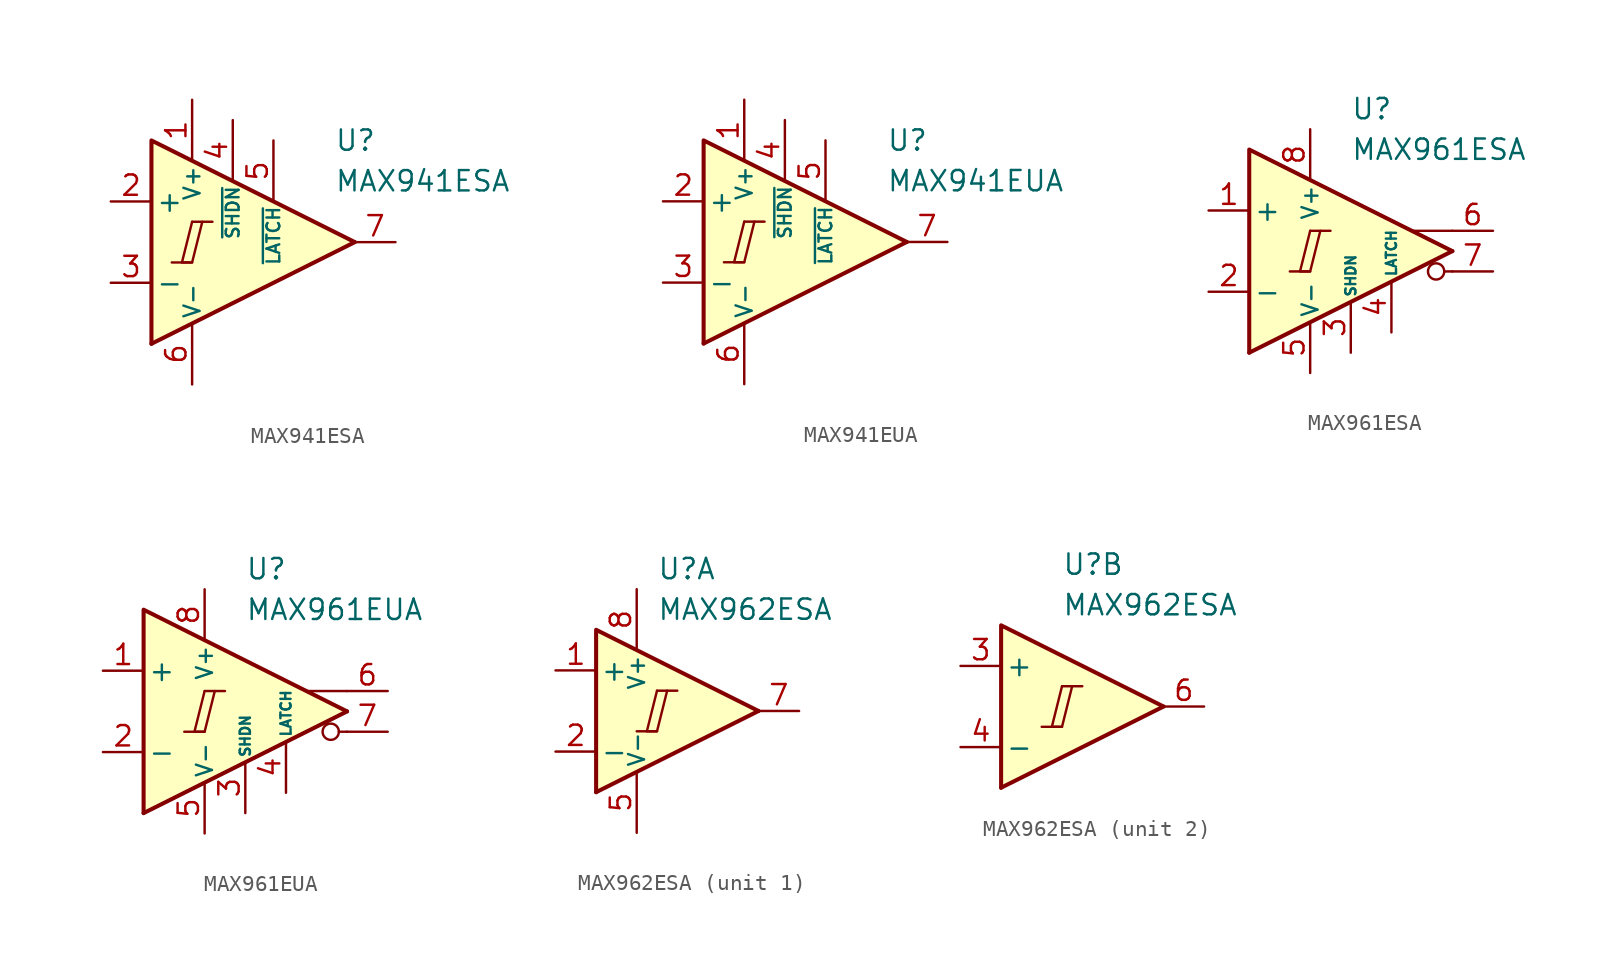
<source format=kicad_sym>
(kicad_symbol_lib
  (version 20231120)
  (generator "kicad_symbol_editor")
  (generator_version "8.0")
  (symbol "MAX941ESA"
    (pin_names
      (offset 0.254))
    (property "Reference" "U"
      (at 6.35 6.35 0)
      (effects (font (size 1.27 1.27)) (justify left)))
    (property "Value" "MAX941ESA"
      (at 6.35 3.81 0)
      (effects (font (size 1.27 1.27)) (justify left)))
    (symbol "MAX941ESA_0_0"
      (polyline (pts (xy -3.81 -1.27) (xy -2.54 -1.27)) (stroke (width 0.152) (type default)) (fill (type none)))
      (polyline (pts (xy -2.54 1.27) (xy -1.27 1.27)) (stroke (width 0.152) (type default)) (fill (type none)))
      (polyline (pts (xy 7.62 0) (xy -5.08 -6.35)) (stroke (width 0.254) (type default)) (fill (type none)))
      (polyline (pts (xy 7.62 0) (xy -5.08 6.35) (xy -5.08 -6.35)) (stroke (width 0.254) (type default)) (fill (type background)))
      (polyline (pts (xy -2.54 1.27) (xy -3.175 -1.27) (xy -2.54 -1.27) (xy -1.905 1.27)) (stroke (width 0.152) (type default)) (fill (type none))))
    (symbol "MAX941ESA_1_1"
      (pin power_in line (at -2.54 8.89 270) (length 3.81) (name "V+" (effects (font (size 1 1)))) (number "1" (effects (font (size 1.27 1.27)))))
      (pin input line (at -7.62 2.54 0) (length 2.54) (name "+" (effects (font (size 1.27 1.27)))) (number "2" (effects (font (size 1.27 1.27)))))
      (pin input line (at -7.62 -2.54 0) (length 2.54) (name "-" (effects (font (size 1.27 1.27)))) (number "3" (effects (font (size 1.27 1.27)))))
      (pin input line (at 0 7.62 270) (length 3.81) (name "~{SHDN}" (effects (font (size 0.8 0.8)))) (number "4" (effects (font (size 1.27 1.27)))))
      (pin input line (at 2.54 6.35 270) (length 3.81) (name "~{LATCH}" (effects (font (size 0.8 0.8)))) (number "5" (effects (font (size 1.27 1.27)))))
      (pin power_in line (at -2.54 -8.89 90) (length 3.81) (name "V-" (effects (font (size 1 1)))) (number "6" (effects (font (size 1.27 1.27)))))
      (pin output line (at 10.16 0 180) (length 2.54) (name "~" (effects (font (size 1.27 1.27)))) (number "7" (effects (font (size 1.27 1.27)))))
      (pin free line (at -1.27 0 180) (length 2.54) hide (name "NC" (effects (font (size 1.27 1.27)))) (number "8" (effects (font (size 1.27 1.27)))))))
  (symbol "MAX941EUA"
    (pin_names
      (offset 0.254))
    (property "Reference" "U"
      (at 6.35 6.35 0)
      (effects (font (size 1.27 1.27)) (justify left)))
    (property "Value" "MAX941EUA"
      (at 6.35 3.81 0)
      (effects (font (size 1.27 1.27)) (justify left)))
    (symbol "MAX941EUA_0_0"
      (polyline (pts (xy -3.81 -1.27) (xy -2.54 -1.27)) (stroke (width 0.152) (type default)) (fill (type none)))
      (polyline (pts (xy -2.54 1.27) (xy -1.27 1.27)) (stroke (width 0.152) (type default)) (fill (type none)))
      (polyline (pts (xy 7.62 0) (xy -5.08 -6.35)) (stroke (width 0.254) (type default)) (fill (type none)))
      (polyline (pts (xy 7.62 0) (xy -5.08 6.35) (xy -5.08 -6.35)) (stroke (width 0.254) (type default)) (fill (type background)))
      (polyline (pts (xy -2.54 1.27) (xy -3.175 -1.27) (xy -2.54 -1.27) (xy -1.905 1.27)) (stroke (width 0.152) (type default)) (fill (type none))))
    (symbol "MAX941EUA_1_1"
      (pin power_in line (at -2.54 8.89 270) (length 3.81) (name "V+" (effects (font (size 1 1)))) (number "1" (effects (font (size 1.27 1.27)))))
      (pin input line (at -7.62 2.54 0) (length 2.54) (name "+" (effects (font (size 1.27 1.27)))) (number "2" (effects (font (size 1.27 1.27)))))
      (pin input line (at -7.62 -2.54 0) (length 2.54) (name "-" (effects (font (size 1.27 1.27)))) (number "3" (effects (font (size 1.27 1.27)))))
      (pin input line (at 0 7.62 270) (length 3.81) (name "~{SHDN}" (effects (font (size 0.8 0.8)))) (number "4" (effects (font (size 1.27 1.27)))))
      (pin input line (at 2.54 6.35 270) (length 3.81) (name "~{LATCH}" (effects (font (size 0.8 0.8)))) (number "5" (effects (font (size 1.27 1.27)))))
      (pin power_in line (at -2.54 -8.89 90) (length 3.81) (name "V-" (effects (font (size 1 1)))) (number "6" (effects (font (size 1.27 1.27)))))
      (pin output line (at 10.16 0 180) (length 2.54) (name "~" (effects (font (size 1.27 1.27)))) (number "7" (effects (font (size 1.27 1.27)))))
      (pin free line (at -1.27 0 180) (length 2.54) hide (name "NC" (effects (font (size 1.27 1.27)))) (number "8" (effects (font (size 1.27 1.27)))))))
  (symbol "MAX961ESA"
    (pin_names
      (offset 0.254))
    (property "Reference" "U"
      (at 0 8.89 0)
      (effects (font (size 1.27 1.27)) (justify left)))
    (property "Value" "MAX961ESA"
      (at 0 6.35 0)
      (effects (font (size 1.27 1.27)) (justify left)))
    (symbol "MAX961ESA_0_0"
      (polyline (pts (xy -3.81 -1.27) (xy -2.54 -1.27)) (stroke (width 0.152) (type default)) (fill (type none)))
      (polyline (pts (xy -2.54 1.27) (xy -1.27 1.27)) (stroke (width 0.152) (type default)) (fill (type none)))
      (polyline (pts (xy 6.35 -1.27) (xy 5.842 -1.27)) (stroke (width 0.152) (type default)) (fill (type none)))
      (polyline (pts (xy 6.35 0) (xy -6.35 -6.35)) (stroke (width 0.254) (type default)) (fill (type none)))
      (polyline (pts (xy 6.35 1.27) (xy 3.81 1.27)) (stroke (width 0.152) (type default)) (fill (type none)))
      (polyline (pts (xy 6.35 0) (xy -6.35 6.35) (xy -6.35 -6.35)) (stroke (width 0.254) (type default)) (fill (type background)))
      (polyline (pts (xy -2.54 1.27) (xy -3.175 -1.27) (xy -2.54 -1.27) (xy -1.905 1.27)) (stroke (width 0.152) (type default)) (fill (type none)))
      (circle (center 5.334 -1.27) (radius 0.508) (stroke (width 0.152) (type default)) (fill (type none))))
    (symbol "MAX961ESA_1_1"
      (pin input line (at -8.89 2.54 0) (length 2.54) (name "+" (effects (font (size 1.27 1.27)))) (number "1" (effects (font (size 1.27 1.27)))))
      (pin input line (at -8.89 -2.54 0) (length 2.54) (name "-" (effects (font (size 1.27 1.27)))) (number "2" (effects (font (size 1.27 1.27)))))
      (pin input line (at 0 -6.35 90) (length 3.18) (name "SHDN" (effects (font (size 0.635 0.635)))) (number "3" (effects (font (size 1.27 1.27)))))
      (pin input line (at 2.54 -5.08 90) (length 3.18) (name "LATCH" (effects (font (size 0.635 0.635)))) (number "4" (effects (font (size 1.27 1.27)))))
      (pin power_in line (at -2.54 -7.62 90) (length 3.18) (name "V-" (effects (font (size 1 1)))) (number "5" (effects (font (size 1.27 1.27)))))
      (pin output line (at 8.89 1.27 180) (length 2.54) (name "~" (effects (font (size 1.27 1.27)))) (number "6" (effects (font (size 1.27 1.27)))))
      (pin output line (at 8.89 -1.27 180) (length 2.54) (name "~" (effects (font (size 1.27 1.27)))) (number "7" (effects (font (size 1.27 1.27)))))
      (pin power_in line (at -2.54 7.62 270) (length 3.18) (name "V+" (effects (font (size 1 1)))) (number "8" (effects (font (size 1.27 1.27)))))))
  (symbol "MAX961EUA"
    (pin_names
      (offset 0.254))
    (property "Reference" "U"
      (at 0 8.89 0)
      (effects (font (size 1.27 1.27)) (justify left)))
    (property "Value" "MAX961EUA"
      (at 0 6.35 0)
      (effects (font (size 1.27 1.27)) (justify left)))
    (symbol "MAX961EUA_0_0"
      (polyline (pts (xy -3.81 -1.27) (xy -2.54 -1.27)) (stroke (width 0.152) (type default)) (fill (type none)))
      (polyline (pts (xy -2.54 1.27) (xy -1.27 1.27)) (stroke (width 0.152) (type default)) (fill (type none)))
      (polyline (pts (xy 6.35 -1.27) (xy 5.842 -1.27)) (stroke (width 0.152) (type default)) (fill (type none)))
      (polyline (pts (xy 6.35 0) (xy -6.35 -6.35)) (stroke (width 0.254) (type default)) (fill (type none)))
      (polyline (pts (xy 6.35 1.27) (xy 3.81 1.27)) (stroke (width 0.152) (type default)) (fill (type none)))
      (polyline (pts (xy 6.35 0) (xy -6.35 6.35) (xy -6.35 -6.35)) (stroke (width 0.254) (type default)) (fill (type background)))
      (polyline (pts (xy -2.54 1.27) (xy -3.175 -1.27) (xy -2.54 -1.27) (xy -1.905 1.27)) (stroke (width 0.152) (type default)) (fill (type none)))
      (circle (center 5.334 -1.27) (radius 0.508) (stroke (width 0.152) (type default)) (fill (type none))))
    (symbol "MAX961EUA_1_1"
      (pin input line (at -8.89 2.54 0) (length 2.54) (name "+" (effects (font (size 1.27 1.27)))) (number "1" (effects (font (size 1.27 1.27)))))
      (pin input line (at -8.89 -2.54 0) (length 2.54) (name "-" (effects (font (size 1.27 1.27)))) (number "2" (effects (font (size 1.27 1.27)))))
      (pin input line (at 0 -6.35 90) (length 3.18) (name "SHDN" (effects (font (size 0.635 0.635)))) (number "3" (effects (font (size 1.27 1.27)))))
      (pin input line (at 2.54 -5.08 90) (length 3.18) (name "LATCH" (effects (font (size 0.635 0.635)))) (number "4" (effects (font (size 1.27 1.27)))))
      (pin power_in line (at -2.54 -7.62 90) (length 3.18) (name "V-" (effects (font (size 1 1)))) (number "5" (effects (font (size 1.27 1.27)))))
      (pin output line (at 8.89 1.27 180) (length 2.54) (name "~" (effects (font (size 1.27 1.27)))) (number "6" (effects (font (size 1.27 1.27)))))
      (pin output line (at 8.89 -1.27 180) (length 2.54) (name "~" (effects (font (size 1.27 1.27)))) (number "7" (effects (font (size 1.27 1.27)))))
      (pin power_in line (at -2.54 7.62 270) (length 3.18) (name "V+" (effects (font (size 1 1)))) (number "8" (effects (font (size 1.27 1.27)))))))
  (symbol "MAX962ESA"
    (pin_names
      (offset 0.254))
    (property "Reference" "U"
      (at 0 8.89 0)
      (effects (font (size 1.27 1.27)) (justify left)))
    (property "Value" "MAX962ESA"
      (at 0 6.35 0)
      (effects (font (size 1.27 1.27)) (justify left)))
    (property "ki_locked" ""
      (at 0 0 0)
      (effects (font (size 1.27 1.27))))
    (symbol "MAX962ESA_0_0"
      (polyline (pts (xy -1.27 -1.27) (xy 0 -1.27)) (stroke (width 0.152) (type default)) (fill (type none)))
      (polyline (pts (xy 0 1.27) (xy 1.27 1.27)) (stroke (width 0.152) (type default)) (fill (type none)))
      (polyline (pts (xy 6.35 0) (xy -3.81 -5.08)) (stroke (width 0.254) (type default)) (fill (type none)))
      (polyline (pts (xy 6.35 0) (xy -3.81 5.08) (xy -3.81 -5.08)) (stroke (width 0.254) (type default)) (fill (type background)))
      (polyline (pts (xy 0 1.27) (xy -0.635 -1.27) (xy 0 -1.27) (xy 0.635 1.27)) (stroke (width 0.152) (type default)) (fill (type none))))
    (symbol "MAX962ESA_1_1"
      (pin input line (at -6.35 2.54 0) (length 2.54) (name "+" (effects (font (size 1.27 1.27)))) (number "1" (effects (font (size 1.27 1.27)))))
      (pin input line (at -6.35 -2.54 0) (length 2.54) (name "-" (effects (font (size 1.27 1.27)))) (number "2" (effects (font (size 1.27 1.27)))))
      (pin power_in line (at -1.27 -7.62 90) (length 3.81) (name "V-" (effects (font (size 1 1)))) (number "5" (effects (font (size 1.27 1.27)))))
      (pin output line (at 8.89 0 180) (length 2.54) (name "~" (effects (font (size 1.27 1.27)))) (number "7" (effects (font (size 1.27 1.27)))))
      (pin power_in line (at -1.27 7.62 270) (length 3.81) (name "V+" (effects (font (size 1 1)))) (number "8" (effects (font (size 1.27 1.27))))))
    (symbol "MAX962ESA_2_1"
      (pin input line (at -6.35 2.54 0) (length 2.54) (name "+" (effects (font (size 1.27 1.27)))) (number "3" (effects (font (size 1.27 1.27)))))
      (pin input line (at -6.35 -2.54 0) (length 2.54) (name "-" (effects (font (size 1.27 1.27)))) (number "4" (effects (font (size 1.27 1.27)))))
      (pin output line (at 8.89 0 180) (length 2.54) (name "~" (effects (font (size 1.27 1.27)))) (number "6" (effects (font (size 1.27 1.27))))))))
</source>
